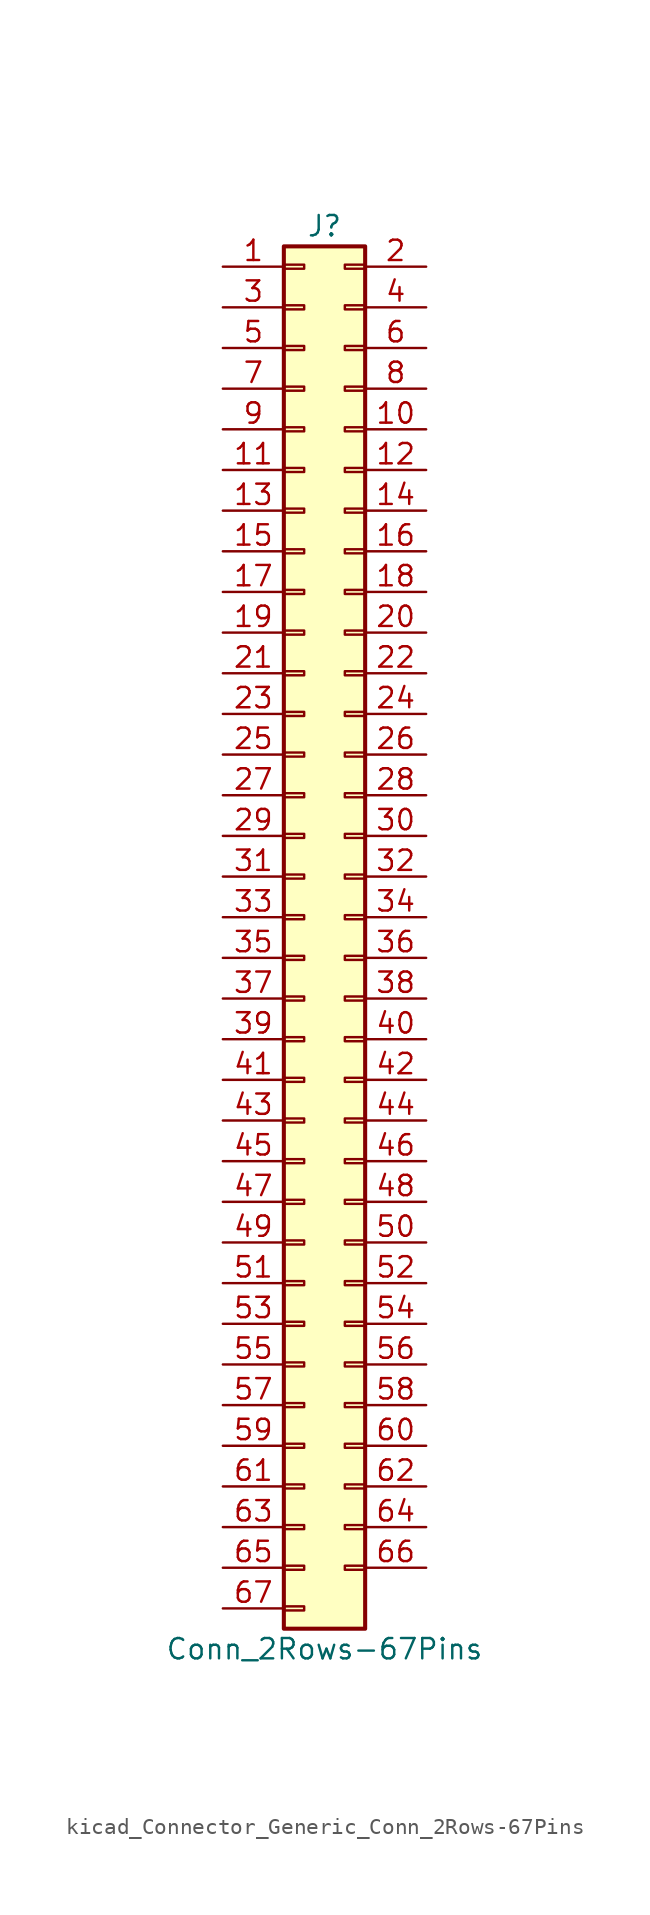
<source format=kicad_sym>
(kicad_symbol_lib
  (version 20220914)
  (generator kicad_symbol_editor)
  (symbol "kicad_Connector_Generic_Conn_2Rows-67Pins"
    (pin_names
      (offset 1.016) hide)
    (property "Reference" "J"
      (at 1.27 43.18 0)
      (effects (font (size 1.27 1.27))))
    (property "Value" "Conn_2Rows-67Pins"
      (at 1.27 -45.72 0)
      (effects (font (size 1.27 1.27))))
    (symbol "kicad_Connector_Generic_Conn_2Rows-67Pins_1_1"
      (rectangle (start -1.27 -43.053) (end 0 -43.307) (stroke (width 0.152) (type default)) (fill (type none)))
      (rectangle (start -1.27 -40.513) (end 0 -40.767) (stroke (width 0.152) (type default)) (fill (type none)))
      (rectangle (start -1.27 -37.973) (end 0 -38.227) (stroke (width 0.152) (type default)) (fill (type none)))
      (rectangle (start -1.27 -35.433) (end 0 -35.687) (stroke (width 0.152) (type default)) (fill (type none)))
      (rectangle (start -1.27 -32.893) (end 0 -33.147) (stroke (width 0.152) (type default)) (fill (type none)))
      (rectangle (start -1.27 -30.353) (end 0 -30.607) (stroke (width 0.152) (type default)) (fill (type none)))
      (rectangle (start -1.27 -27.813) (end 0 -28.067) (stroke (width 0.152) (type default)) (fill (type none)))
      (rectangle (start -1.27 -25.273) (end 0 -25.527) (stroke (width 0.152) (type default)) (fill (type none)))
      (rectangle (start -1.27 -22.733) (end 0 -22.987) (stroke (width 0.152) (type default)) (fill (type none)))
      (rectangle (start -1.27 -20.193) (end 0 -20.447) (stroke (width 0.152) (type default)) (fill (type none)))
      (rectangle (start -1.27 -17.653) (end 0 -17.907) (stroke (width 0.152) (type default)) (fill (type none)))
      (rectangle (start -1.27 -15.113) (end 0 -15.367) (stroke (width 0.152) (type default)) (fill (type none)))
      (rectangle (start -1.27 -12.573) (end 0 -12.827) (stroke (width 0.152) (type default)) (fill (type none)))
      (rectangle (start -1.27 -10.033) (end 0 -10.287) (stroke (width 0.152) (type default)) (fill (type none)))
      (rectangle (start -1.27 -7.493) (end 0 -7.747) (stroke (width 0.152) (type default)) (fill (type none)))
      (rectangle (start -1.27 -4.953) (end 0 -5.207) (stroke (width 0.152) (type default)) (fill (type none)))
      (rectangle (start -1.27 -2.413) (end 0 -2.667) (stroke (width 0.152) (type default)) (fill (type none)))
      (rectangle (start -1.27 0.127) (end 0 -0.127) (stroke (width 0.152) (type default)) (fill (type none)))
      (rectangle (start -1.27 2.667) (end 0 2.413) (stroke (width 0.152) (type default)) (fill (type none)))
      (rectangle (start -1.27 5.207) (end 0 4.953) (stroke (width 0.152) (type default)) (fill (type none)))
      (rectangle (start -1.27 7.747) (end 0 7.493) (stroke (width 0.152) (type default)) (fill (type none)))
      (rectangle (start -1.27 10.287) (end 0 10.033) (stroke (width 0.152) (type default)) (fill (type none)))
      (rectangle (start -1.27 12.827) (end 0 12.573) (stroke (width 0.152) (type default)) (fill (type none)))
      (rectangle (start -1.27 15.367) (end 0 15.113) (stroke (width 0.152) (type default)) (fill (type none)))
      (rectangle (start -1.27 17.907) (end 0 17.653) (stroke (width 0.152) (type default)) (fill (type none)))
      (rectangle (start -1.27 20.447) (end 0 20.193) (stroke (width 0.152) (type default)) (fill (type none)))
      (rectangle (start -1.27 22.987) (end 0 22.733) (stroke (width 0.152) (type default)) (fill (type none)))
      (rectangle (start -1.27 25.527) (end 0 25.273) (stroke (width 0.152) (type default)) (fill (type none)))
      (rectangle (start -1.27 28.067) (end 0 27.813) (stroke (width 0.152) (type default)) (fill (type none)))
      (rectangle (start -1.27 30.607) (end 0 30.353) (stroke (width 0.152) (type default)) (fill (type none)))
      (rectangle (start -1.27 33.147) (end 0 32.893) (stroke (width 0.152) (type default)) (fill (type none)))
      (rectangle (start -1.27 35.687) (end 0 35.433) (stroke (width 0.152) (type default)) (fill (type none)))
      (rectangle (start -1.27 38.227) (end 0 37.973) (stroke (width 0.152) (type default)) (fill (type none)))
      (rectangle (start -1.27 40.767) (end 0 40.513) (stroke (width 0.152) (type default)) (fill (type none)))
      (rectangle (start -1.27 41.91) (end 3.81 -44.45) (stroke (width 0.254) (type default)) (fill (type background)))
      (rectangle (start 3.81 -40.513) (end 2.54 -40.767) (stroke (width 0.152) (type default)) (fill (type none)))
      (rectangle (start 3.81 -37.973) (end 2.54 -38.227) (stroke (width 0.152) (type default)) (fill (type none)))
      (rectangle (start 3.81 -35.433) (end 2.54 -35.687) (stroke (width 0.152) (type default)) (fill (type none)))
      (rectangle (start 3.81 -32.893) (end 2.54 -33.147) (stroke (width 0.152) (type default)) (fill (type none)))
      (rectangle (start 3.81 -30.353) (end 2.54 -30.607) (stroke (width 0.152) (type default)) (fill (type none)))
      (rectangle (start 3.81 -27.813) (end 2.54 -28.067) (stroke (width 0.152) (type default)) (fill (type none)))
      (rectangle (start 3.81 -25.273) (end 2.54 -25.527) (stroke (width 0.152) (type default)) (fill (type none)))
      (rectangle (start 3.81 -22.733) (end 2.54 -22.987) (stroke (width 0.152) (type default)) (fill (type none)))
      (rectangle (start 3.81 -20.193) (end 2.54 -20.447) (stroke (width 0.152) (type default)) (fill (type none)))
      (rectangle (start 3.81 -17.653) (end 2.54 -17.907) (stroke (width 0.152) (type default)) (fill (type none)))
      (rectangle (start 3.81 -15.113) (end 2.54 -15.367) (stroke (width 0.152) (type default)) (fill (type none)))
      (rectangle (start 3.81 -12.573) (end 2.54 -12.827) (stroke (width 0.152) (type default)) (fill (type none)))
      (rectangle (start 3.81 -10.033) (end 2.54 -10.287) (stroke (width 0.152) (type default)) (fill (type none)))
      (rectangle (start 3.81 -7.493) (end 2.54 -7.747) (stroke (width 0.152) (type default)) (fill (type none)))
      (rectangle (start 3.81 -4.953) (end 2.54 -5.207) (stroke (width 0.152) (type default)) (fill (type none)))
      (rectangle (start 3.81 -2.413) (end 2.54 -2.667) (stroke (width 0.152) (type default)) (fill (type none)))
      (rectangle (start 3.81 0.127) (end 2.54 -0.127) (stroke (width 0.152) (type default)) (fill (type none)))
      (rectangle (start 3.81 2.667) (end 2.54 2.413) (stroke (width 0.152) (type default)) (fill (type none)))
      (rectangle (start 3.81 5.207) (end 2.54 4.953) (stroke (width 0.152) (type default)) (fill (type none)))
      (rectangle (start 3.81 7.747) (end 2.54 7.493) (stroke (width 0.152) (type default)) (fill (type none)))
      (rectangle (start 3.81 10.287) (end 2.54 10.033) (stroke (width 0.152) (type default)) (fill (type none)))
      (rectangle (start 3.81 12.827) (end 2.54 12.573) (stroke (width 0.152) (type default)) (fill (type none)))
      (rectangle (start 3.81 15.367) (end 2.54 15.113) (stroke (width 0.152) (type default)) (fill (type none)))
      (rectangle (start 3.81 17.907) (end 2.54 17.653) (stroke (width 0.152) (type default)) (fill (type none)))
      (rectangle (start 3.81 20.447) (end 2.54 20.193) (stroke (width 0.152) (type default)) (fill (type none)))
      (rectangle (start 3.81 22.987) (end 2.54 22.733) (stroke (width 0.152) (type default)) (fill (type none)))
      (rectangle (start 3.81 25.527) (end 2.54 25.273) (stroke (width 0.152) (type default)) (fill (type none)))
      (rectangle (start 3.81 28.067) (end 2.54 27.813) (stroke (width 0.152) (type default)) (fill (type none)))
      (rectangle (start 3.81 30.607) (end 2.54 30.353) (stroke (width 0.152) (type default)) (fill (type none)))
      (rectangle (start 3.81 33.147) (end 2.54 32.893) (stroke (width 0.152) (type default)) (fill (type none)))
      (rectangle (start 3.81 35.687) (end 2.54 35.433) (stroke (width 0.152) (type default)) (fill (type none)))
      (rectangle (start 3.81 38.227) (end 2.54 37.973) (stroke (width 0.152) (type default)) (fill (type none)))
      (rectangle (start 3.81 40.767) (end 2.54 40.513) (stroke (width 0.152) (type default)) (fill (type none)))
      (pin passive line (at -5.08 40.64 0) (length 3.81) (name "Pin_1" (effects (font (size 1.27 1.27)))) (number "1" (effects (font (size 1.27 1.27)))))
      (pin passive line (at 7.62 30.48 180) (length 3.81) (name "Pin_10" (effects (font (size 1.27 1.27)))) (number "10" (effects (font (size 1.27 1.27)))))
      (pin passive line (at -5.08 27.94 0) (length 3.81) (name "Pin_11" (effects (font (size 1.27 1.27)))) (number "11" (effects (font (size 1.27 1.27)))))
      (pin passive line (at 7.62 27.94 180) (length 3.81) (name "Pin_12" (effects (font (size 1.27 1.27)))) (number "12" (effects (font (size 1.27 1.27)))))
      (pin passive line (at -5.08 25.4 0) (length 3.81) (name "Pin_13" (effects (font (size 1.27 1.27)))) (number "13" (effects (font (size 1.27 1.27)))))
      (pin passive line (at 7.62 25.4 180) (length 3.81) (name "Pin_14" (effects (font (size 1.27 1.27)))) (number "14" (effects (font (size 1.27 1.27)))))
      (pin passive line (at -5.08 22.86 0) (length 3.81) (name "Pin_15" (effects (font (size 1.27 1.27)))) (number "15" (effects (font (size 1.27 1.27)))))
      (pin passive line (at 7.62 22.86 180) (length 3.81) (name "Pin_16" (effects (font (size 1.27 1.27)))) (number "16" (effects (font (size 1.27 1.27)))))
      (pin passive line (at -5.08 20.32 0) (length 3.81) (name "Pin_17" (effects (font (size 1.27 1.27)))) (number "17" (effects (font (size 1.27 1.27)))))
      (pin passive line (at 7.62 20.32 180) (length 3.81) (name "Pin_18" (effects (font (size 1.27 1.27)))) (number "18" (effects (font (size 1.27 1.27)))))
      (pin passive line (at -5.08 17.78 0) (length 3.81) (name "Pin_19" (effects (font (size 1.27 1.27)))) (number "19" (effects (font (size 1.27 1.27)))))
      (pin passive line (at 7.62 40.64 180) (length 3.81) (name "Pin_2" (effects (font (size 1.27 1.27)))) (number "2" (effects (font (size 1.27 1.27)))))
      (pin passive line (at 7.62 17.78 180) (length 3.81) (name "Pin_20" (effects (font (size 1.27 1.27)))) (number "20" (effects (font (size 1.27 1.27)))))
      (pin passive line (at -5.08 15.24 0) (length 3.81) (name "Pin_21" (effects (font (size 1.27 1.27)))) (number "21" (effects (font (size 1.27 1.27)))))
      (pin passive line (at 7.62 15.24 180) (length 3.81) (name "Pin_22" (effects (font (size 1.27 1.27)))) (number "22" (effects (font (size 1.27 1.27)))))
      (pin passive line (at -5.08 12.7 0) (length 3.81) (name "Pin_23" (effects (font (size 1.27 1.27)))) (number "23" (effects (font (size 1.27 1.27)))))
      (pin passive line (at 7.62 12.7 180) (length 3.81) (name "Pin_24" (effects (font (size 1.27 1.27)))) (number "24" (effects (font (size 1.27 1.27)))))
      (pin passive line (at -5.08 10.16 0) (length 3.81) (name "Pin_25" (effects (font (size 1.27 1.27)))) (number "25" (effects (font (size 1.27 1.27)))))
      (pin passive line (at 7.62 10.16 180) (length 3.81) (name "Pin_26" (effects (font (size 1.27 1.27)))) (number "26" (effects (font (size 1.27 1.27)))))
      (pin passive line (at -5.08 7.62 0) (length 3.81) (name "Pin_27" (effects (font (size 1.27 1.27)))) (number "27" (effects (font (size 1.27 1.27)))))
      (pin passive line (at 7.62 7.62 180) (length 3.81) (name "Pin_28" (effects (font (size 1.27 1.27)))) (number "28" (effects (font (size 1.27 1.27)))))
      (pin passive line (at -5.08 5.08 0) (length 3.81) (name "Pin_29" (effects (font (size 1.27 1.27)))) (number "29" (effects (font (size 1.27 1.27)))))
      (pin passive line (at -5.08 38.1 0) (length 3.81) (name "Pin_3" (effects (font (size 1.27 1.27)))) (number "3" (effects (font (size 1.27 1.27)))))
      (pin passive line (at 7.62 5.08 180) (length 3.81) (name "Pin_30" (effects (font (size 1.27 1.27)))) (number "30" (effects (font (size 1.27 1.27)))))
      (pin passive line (at -5.08 2.54 0) (length 3.81) (name "Pin_31" (effects (font (size 1.27 1.27)))) (number "31" (effects (font (size 1.27 1.27)))))
      (pin passive line (at 7.62 2.54 180) (length 3.81) (name "Pin_32" (effects (font (size 1.27 1.27)))) (number "32" (effects (font (size 1.27 1.27)))))
      (pin passive line (at -5.08 0 0) (length 3.81) (name "Pin_33" (effects (font (size 1.27 1.27)))) (number "33" (effects (font (size 1.27 1.27)))))
      (pin passive line (at 7.62 0 180) (length 3.81) (name "Pin_34" (effects (font (size 1.27 1.27)))) (number "34" (effects (font (size 1.27 1.27)))))
      (pin passive line (at -5.08 -2.54 0) (length 3.81) (name "Pin_35" (effects (font (size 1.27 1.27)))) (number "35" (effects (font (size 1.27 1.27)))))
      (pin passive line (at 7.62 -2.54 180) (length 3.81) (name "Pin_36" (effects (font (size 1.27 1.27)))) (number "36" (effects (font (size 1.27 1.27)))))
      (pin passive line (at -5.08 -5.08 0) (length 3.81) (name "Pin_37" (effects (font (size 1.27 1.27)))) (number "37" (effects (font (size 1.27 1.27)))))
      (pin passive line (at 7.62 -5.08 180) (length 3.81) (name "Pin_38" (effects (font (size 1.27 1.27)))) (number "38" (effects (font (size 1.27 1.27)))))
      (pin passive line (at -5.08 -7.62 0) (length 3.81) (name "Pin_39" (effects (font (size 1.27 1.27)))) (number "39" (effects (font (size 1.27 1.27)))))
      (pin passive line (at 7.62 38.1 180) (length 3.81) (name "Pin_4" (effects (font (size 1.27 1.27)))) (number "4" (effects (font (size 1.27 1.27)))))
      (pin passive line (at 7.62 -7.62 180) (length 3.81) (name "Pin_40" (effects (font (size 1.27 1.27)))) (number "40" (effects (font (size 1.27 1.27)))))
      (pin passive line (at -5.08 -10.16 0) (length 3.81) (name "Pin_41" (effects (font (size 1.27 1.27)))) (number "41" (effects (font (size 1.27 1.27)))))
      (pin passive line (at 7.62 -10.16 180) (length 3.81) (name "Pin_42" (effects (font (size 1.27 1.27)))) (number "42" (effects (font (size 1.27 1.27)))))
      (pin passive line (at -5.08 -12.7 0) (length 3.81) (name "Pin_43" (effects (font (size 1.27 1.27)))) (number "43" (effects (font (size 1.27 1.27)))))
      (pin passive line (at 7.62 -12.7 180) (length 3.81) (name "Pin_44" (effects (font (size 1.27 1.27)))) (number "44" (effects (font (size 1.27 1.27)))))
      (pin passive line (at -5.08 -15.24 0) (length 3.81) (name "Pin_45" (effects (font (size 1.27 1.27)))) (number "45" (effects (font (size 1.27 1.27)))))
      (pin passive line (at 7.62 -15.24 180) (length 3.81) (name "Pin_46" (effects (font (size 1.27 1.27)))) (number "46" (effects (font (size 1.27 1.27)))))
      (pin passive line (at -5.08 -17.78 0) (length 3.81) (name "Pin_47" (effects (font (size 1.27 1.27)))) (number "47" (effects (font (size 1.27 1.27)))))
      (pin passive line (at 7.62 -17.78 180) (length 3.81) (name "Pin_48" (effects (font (size 1.27 1.27)))) (number "48" (effects (font (size 1.27 1.27)))))
      (pin passive line (at -5.08 -20.32 0) (length 3.81) (name "Pin_49" (effects (font (size 1.27 1.27)))) (number "49" (effects (font (size 1.27 1.27)))))
      (pin passive line (at -5.08 35.56 0) (length 3.81) (name "Pin_5" (effects (font (size 1.27 1.27)))) (number "5" (effects (font (size 1.27 1.27)))))
      (pin passive line (at 7.62 -20.32 180) (length 3.81) (name "Pin_50" (effects (font (size 1.27 1.27)))) (number "50" (effects (font (size 1.27 1.27)))))
      (pin passive line (at -5.08 -22.86 0) (length 3.81) (name "Pin_51" (effects (font (size 1.27 1.27)))) (number "51" (effects (font (size 1.27 1.27)))))
      (pin passive line (at 7.62 -22.86 180) (length 3.81) (name "Pin_52" (effects (font (size 1.27 1.27)))) (number "52" (effects (font (size 1.27 1.27)))))
      (pin passive line (at -5.08 -25.4 0) (length 3.81) (name "Pin_53" (effects (font (size 1.27 1.27)))) (number "53" (effects (font (size 1.27 1.27)))))
      (pin passive line (at 7.62 -25.4 180) (length 3.81) (name "Pin_54" (effects (font (size 1.27 1.27)))) (number "54" (effects (font (size 1.27 1.27)))))
      (pin passive line (at -5.08 -27.94 0) (length 3.81) (name "Pin_55" (effects (font (size 1.27 1.27)))) (number "55" (effects (font (size 1.27 1.27)))))
      (pin passive line (at 7.62 -27.94 180) (length 3.81) (name "Pin_56" (effects (font (size 1.27 1.27)))) (number "56" (effects (font (size 1.27 1.27)))))
      (pin passive line (at -5.08 -30.48 0) (length 3.81) (name "Pin_57" (effects (font (size 1.27 1.27)))) (number "57" (effects (font (size 1.27 1.27)))))
      (pin passive line (at 7.62 -30.48 180) (length 3.81) (name "Pin_58" (effects (font (size 1.27 1.27)))) (number "58" (effects (font (size 1.27 1.27)))))
      (pin passive line (at -5.08 -33.02 0) (length 3.81) (name "Pin_59" (effects (font (size 1.27 1.27)))) (number "59" (effects (font (size 1.27 1.27)))))
      (pin passive line (at 7.62 35.56 180) (length 3.81) (name "Pin_6" (effects (font (size 1.27 1.27)))) (number "6" (effects (font (size 1.27 1.27)))))
      (pin passive line (at 7.62 -33.02 180) (length 3.81) (name "Pin_60" (effects (font (size 1.27 1.27)))) (number "60" (effects (font (size 1.27 1.27)))))
      (pin passive line (at -5.08 -35.56 0) (length 3.81) (name "Pin_61" (effects (font (size 1.27 1.27)))) (number "61" (effects (font (size 1.27 1.27)))))
      (pin passive line (at 7.62 -35.56 180) (length 3.81) (name "Pin_62" (effects (font (size 1.27 1.27)))) (number "62" (effects (font (size 1.27 1.27)))))
      (pin passive line (at -5.08 -38.1 0) (length 3.81) (name "Pin_63" (effects (font (size 1.27 1.27)))) (number "63" (effects (font (size 1.27 1.27)))))
      (pin passive line (at 7.62 -38.1 180) (length 3.81) (name "Pin_64" (effects (font (size 1.27 1.27)))) (number "64" (effects (font (size 1.27 1.27)))))
      (pin passive line (at -5.08 -40.64 0) (length 3.81) (name "Pin_65" (effects (font (size 1.27 1.27)))) (number "65" (effects (font (size 1.27 1.27)))))
      (pin passive line (at 7.62 -40.64 180) (length 3.81) (name "Pin_66" (effects (font (size 1.27 1.27)))) (number "66" (effects (font (size 1.27 1.27)))))
      (pin passive line (at -5.08 -43.18 0) (length 3.81) (name "Pin_67" (effects (font (size 1.27 1.27)))) (number "67" (effects (font (size 1.27 1.27)))))
      (pin passive line (at -5.08 33.02 0) (length 3.81) (name "Pin_7" (effects (font (size 1.27 1.27)))) (number "7" (effects (font (size 1.27 1.27)))))
      (pin passive line (at 7.62 33.02 180) (length 3.81) (name "Pin_8" (effects (font (size 1.27 1.27)))) (number "8" (effects (font (size 1.27 1.27)))))
      (pin passive line (at -5.08 30.48 0) (length 3.81) (name "Pin_9" (effects (font (size 1.27 1.27)))) (number "9" (effects (font (size 1.27 1.27))))))))
</source>
